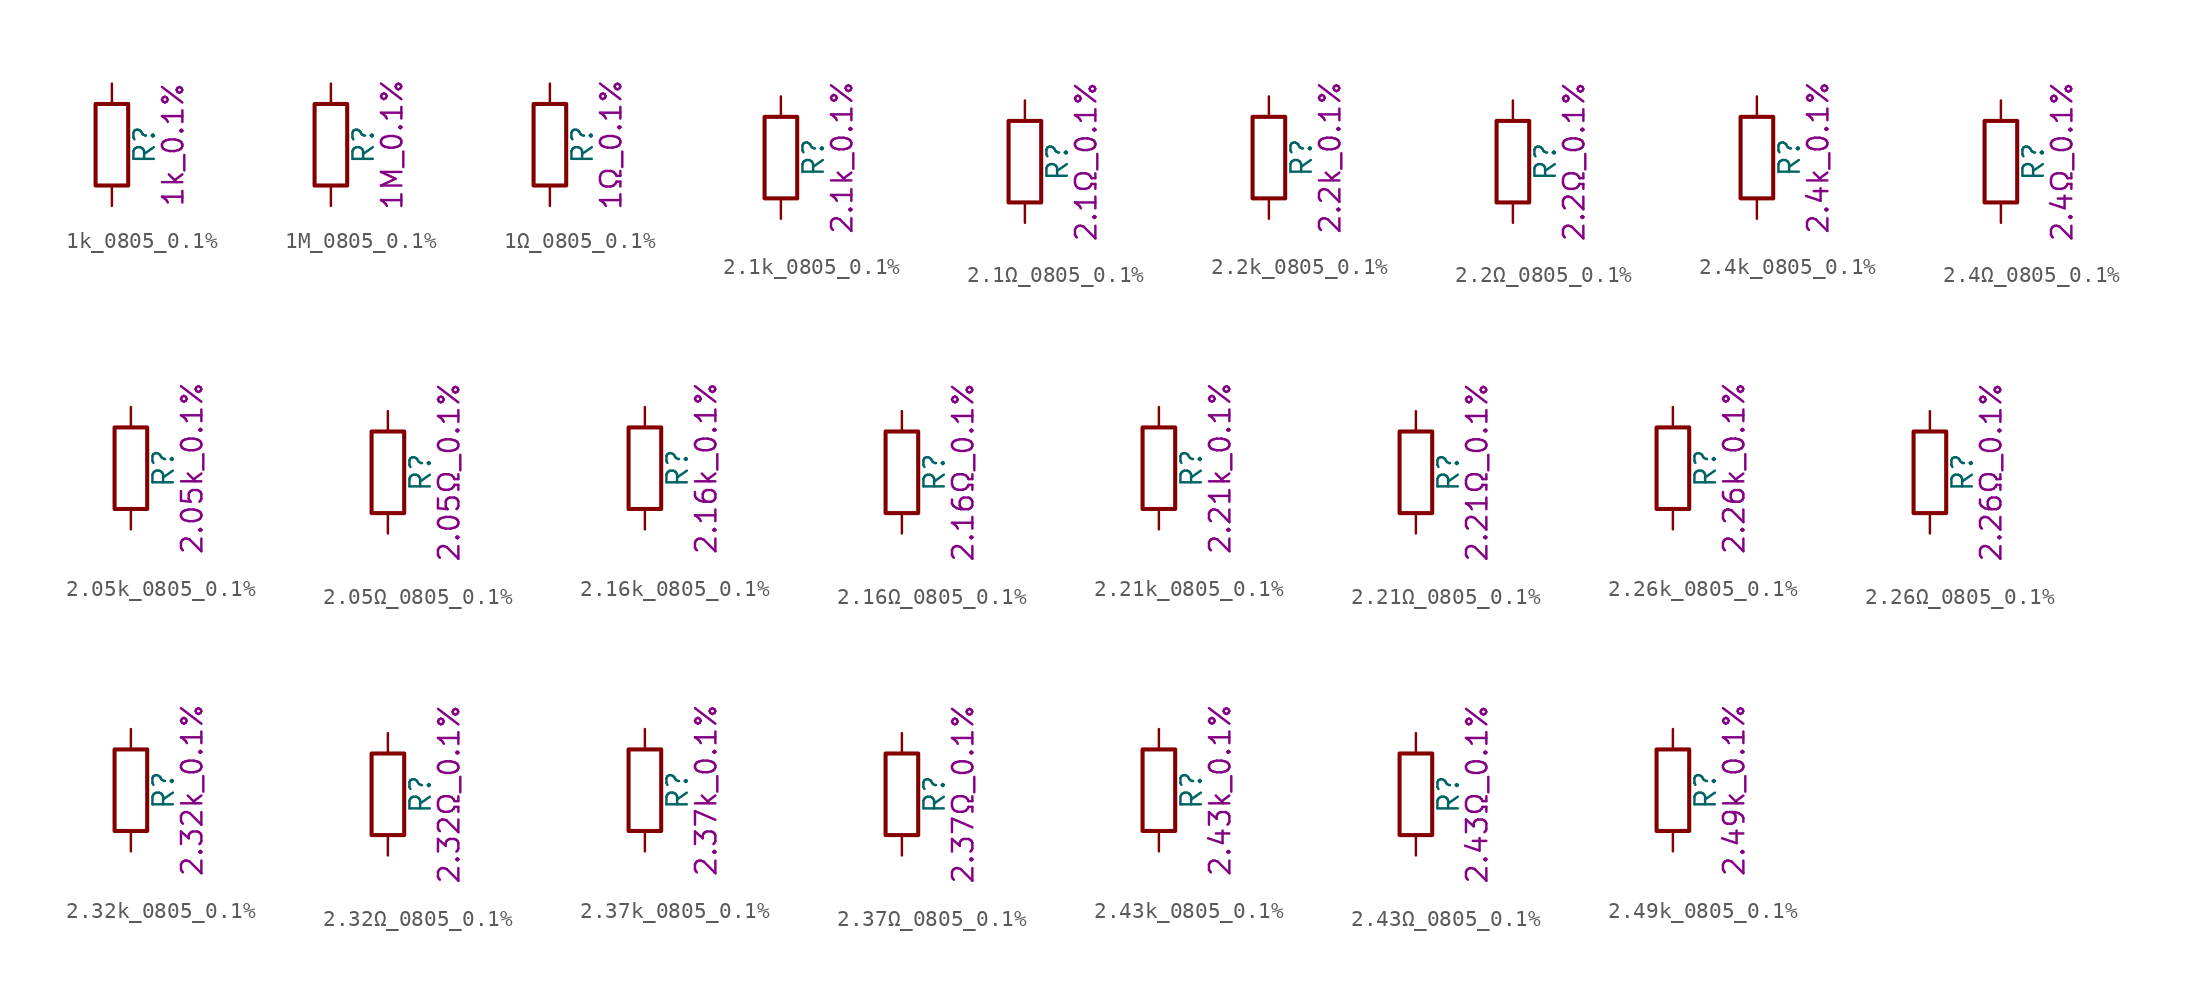
<source format=kicad_sym>
(kicad_symbol_lib
  (version 20211014)
  (generator kicad_symbol_editor)
  (symbol "1k_0805_0.1%"
    (pin_numbers hide)
    (pin_names
      (offset 0))
    (property "Reference" "R"
      (at 2.032 0 90)
      (effects (font (size 1.27 1.27))))
    (property "Display" "1k_0.1%"
      (at 3.81 0 90)
      (effects (font (size 1.27 1.27))))
    (symbol "1k_0805_0.1%_0_1"
      (rectangle (start -1.016 -2.54) (end 1.016 2.54) (stroke (width 0.254) (type default) (color 0 0 0 0)) (fill (type none))))
    (symbol "1k_0805_0.1%_1_1"
      (pin passive line (at 0 3.81 270) (length 1.27) (name "~" (effects (font (size 1.27 1.27)))) (number "1" (effects (font (size 1.27 1.27)))))
      (pin passive line (at 0 -3.81 90) (length 1.27) (name "~" (effects (font (size 1.27 1.27)))) (number "2" (effects (font (size 1.27 1.27)))))))
  (symbol "1M_0805_0.1%"
    (pin_numbers hide)
    (pin_names
      (offset 0))
    (property "Reference" "R"
      (at 2.032 0 90)
      (effects (font (size 1.27 1.27))))
    (property "Display" "1M_0.1%"
      (at 3.81 0 90)
      (effects (font (size 1.27 1.27))))
    (symbol "1M_0805_0.1%_0_1"
      (rectangle (start -1.016 -2.54) (end 1.016 2.54) (stroke (width 0.254) (type default) (color 0 0 0 0)) (fill (type none))))
    (symbol "1M_0805_0.1%_1_1"
      (pin passive line (at 0 3.81 270) (length 1.27) (name "~" (effects (font (size 1.27 1.27)))) (number "1" (effects (font (size 1.27 1.27)))))
      (pin passive line (at 0 -3.81 90) (length 1.27) (name "~" (effects (font (size 1.27 1.27)))) (number "2" (effects (font (size 1.27 1.27)))))))
  (symbol "1Ω_0805_0.1%"
    (pin_numbers hide)
    (pin_names
      (offset 0))
    (property "Reference" "R"
      (at 2.032 0 90)
      (effects (font (size 1.27 1.27))))
    (property "Display" "1Ω_0.1%"
      (at 3.81 0 90)
      (effects (font (size 1.27 1.27))))
    (symbol "1Ω_0805_0.1%_0_1"
      (rectangle (start -1.016 -2.54) (end 1.016 2.54) (stroke (width 0.254) (type default) (color 0 0 0 0)) (fill (type none))))
    (symbol "1Ω_0805_0.1%_1_1"
      (pin passive line (at 0 3.81 270) (length 1.27) (name "~" (effects (font (size 1.27 1.27)))) (number "1" (effects (font (size 1.27 1.27)))))
      (pin passive line (at 0 -3.81 90) (length 1.27) (name "~" (effects (font (size 1.27 1.27)))) (number "2" (effects (font (size 1.27 1.27)))))))
  (symbol "2.1k_0805_0.1%"
    (pin_numbers hide)
    (pin_names
      (offset 0))
    (property "Reference" "R"
      (at 2.032 0 90)
      (effects (font (size 1.27 1.27))))
    (property "Display" "2.1k_0.1%"
      (at 3.81 0 90)
      (effects (font (size 1.27 1.27))))
    (symbol "2.1k_0805_0.1%_0_1"
      (rectangle (start -1.016 -2.54) (end 1.016 2.54) (stroke (width 0.254) (type default) (color 0 0 0 0)) (fill (type none))))
    (symbol "2.1k_0805_0.1%_1_1"
      (pin passive line (at 0 3.81 270) (length 1.27) (name "~" (effects (font (size 1.27 1.27)))) (number "1" (effects (font (size 1.27 1.27)))))
      (pin passive line (at 0 -3.81 90) (length 1.27) (name "~" (effects (font (size 1.27 1.27)))) (number "2" (effects (font (size 1.27 1.27)))))))
  (symbol "2.1Ω_0805_0.1%"
    (pin_numbers hide)
    (pin_names
      (offset 0))
    (property "Reference" "R"
      (at 2.032 0 90)
      (effects (font (size 1.27 1.27))))
    (property "Display" "2.1Ω_0.1%"
      (at 3.81 0 90)
      (effects (font (size 1.27 1.27))))
    (symbol "2.1Ω_0805_0.1%_0_1"
      (rectangle (start -1.016 -2.54) (end 1.016 2.54) (stroke (width 0.254) (type default) (color 0 0 0 0)) (fill (type none))))
    (symbol "2.1Ω_0805_0.1%_1_1"
      (pin passive line (at 0 3.81 270) (length 1.27) (name "~" (effects (font (size 1.27 1.27)))) (number "1" (effects (font (size 1.27 1.27)))))
      (pin passive line (at 0 -3.81 90) (length 1.27) (name "~" (effects (font (size 1.27 1.27)))) (number "2" (effects (font (size 1.27 1.27)))))))
  (symbol "2.2k_0805_0.1%"
    (pin_numbers hide)
    (pin_names
      (offset 0))
    (property "Reference" "R"
      (at 2.032 0 90)
      (effects (font (size 1.27 1.27))))
    (property "Display" "2.2k_0.1%"
      (at 3.81 0 90)
      (effects (font (size 1.27 1.27))))
    (symbol "2.2k_0805_0.1%_0_1"
      (rectangle (start -1.016 -2.54) (end 1.016 2.54) (stroke (width 0.254) (type default) (color 0 0 0 0)) (fill (type none))))
    (symbol "2.2k_0805_0.1%_1_1"
      (pin passive line (at 0 3.81 270) (length 1.27) (name "~" (effects (font (size 1.27 1.27)))) (number "1" (effects (font (size 1.27 1.27)))))
      (pin passive line (at 0 -3.81 90) (length 1.27) (name "~" (effects (font (size 1.27 1.27)))) (number "2" (effects (font (size 1.27 1.27)))))))
  (symbol "2.2Ω_0805_0.1%"
    (pin_numbers hide)
    (pin_names
      (offset 0))
    (property "Reference" "R"
      (at 2.032 0 90)
      (effects (font (size 1.27 1.27))))
    (property "Display" "2.2Ω_0.1%"
      (at 3.81 0 90)
      (effects (font (size 1.27 1.27))))
    (symbol "2.2Ω_0805_0.1%_0_1"
      (rectangle (start -1.016 -2.54) (end 1.016 2.54) (stroke (width 0.254) (type default) (color 0 0 0 0)) (fill (type none))))
    (symbol "2.2Ω_0805_0.1%_1_1"
      (pin passive line (at 0 3.81 270) (length 1.27) (name "~" (effects (font (size 1.27 1.27)))) (number "1" (effects (font (size 1.27 1.27)))))
      (pin passive line (at 0 -3.81 90) (length 1.27) (name "~" (effects (font (size 1.27 1.27)))) (number "2" (effects (font (size 1.27 1.27)))))))
  (symbol "2.4k_0805_0.1%"
    (pin_numbers hide)
    (pin_names
      (offset 0))
    (property "Reference" "R"
      (at 2.032 0 90)
      (effects (font (size 1.27 1.27))))
    (property "Display" "2.4k_0.1%"
      (at 3.81 0 90)
      (effects (font (size 1.27 1.27))))
    (symbol "2.4k_0805_0.1%_0_1"
      (rectangle (start -1.016 -2.54) (end 1.016 2.54) (stroke (width 0.254) (type default) (color 0 0 0 0)) (fill (type none))))
    (symbol "2.4k_0805_0.1%_1_1"
      (pin passive line (at 0 3.81 270) (length 1.27) (name "~" (effects (font (size 1.27 1.27)))) (number "1" (effects (font (size 1.27 1.27)))))
      (pin passive line (at 0 -3.81 90) (length 1.27) (name "~" (effects (font (size 1.27 1.27)))) (number "2" (effects (font (size 1.27 1.27)))))))
  (symbol "2.4Ω_0805_0.1%"
    (pin_numbers hide)
    (pin_names
      (offset 0))
    (property "Reference" "R"
      (at 2.032 0 90)
      (effects (font (size 1.27 1.27))))
    (property "Display" "2.4Ω_0.1%"
      (at 3.81 0 90)
      (effects (font (size 1.27 1.27))))
    (symbol "2.4Ω_0805_0.1%_0_1"
      (rectangle (start -1.016 -2.54) (end 1.016 2.54) (stroke (width 0.254) (type default) (color 0 0 0 0)) (fill (type none))))
    (symbol "2.4Ω_0805_0.1%_1_1"
      (pin passive line (at 0 3.81 270) (length 1.27) (name "~" (effects (font (size 1.27 1.27)))) (number "1" (effects (font (size 1.27 1.27)))))
      (pin passive line (at 0 -3.81 90) (length 1.27) (name "~" (effects (font (size 1.27 1.27)))) (number "2" (effects (font (size 1.27 1.27)))))))
  (symbol "2.05k_0805_0.1%"
    (pin_numbers hide)
    (pin_names
      (offset 0))
    (property "Reference" "R"
      (at 2.032 0 90)
      (effects (font (size 1.27 1.27))))
    (property "Display" "2.05k_0.1%"
      (at 3.81 0 90)
      (effects (font (size 1.27 1.27))))
    (symbol "2.05k_0805_0.1%_0_1"
      (rectangle (start -1.016 -2.54) (end 1.016 2.54) (stroke (width 0.254) (type default) (color 0 0 0 0)) (fill (type none))))
    (symbol "2.05k_0805_0.1%_1_1"
      (pin passive line (at 0 3.81 270) (length 1.27) (name "~" (effects (font (size 1.27 1.27)))) (number "1" (effects (font (size 1.27 1.27)))))
      (pin passive line (at 0 -3.81 90) (length 1.27) (name "~" (effects (font (size 1.27 1.27)))) (number "2" (effects (font (size 1.27 1.27)))))))
  (symbol "2.05Ω_0805_0.1%"
    (pin_numbers hide)
    (pin_names
      (offset 0))
    (property "Reference" "R"
      (at 2.032 0 90)
      (effects (font (size 1.27 1.27))))
    (property "Display" "2.05Ω_0.1%"
      (at 3.81 0 90)
      (effects (font (size 1.27 1.27))))
    (symbol "2.05Ω_0805_0.1%_0_1"
      (rectangle (start -1.016 -2.54) (end 1.016 2.54) (stroke (width 0.254) (type default) (color 0 0 0 0)) (fill (type none))))
    (symbol "2.05Ω_0805_0.1%_1_1"
      (pin passive line (at 0 3.81 270) (length 1.27) (name "~" (effects (font (size 1.27 1.27)))) (number "1" (effects (font (size 1.27 1.27)))))
      (pin passive line (at 0 -3.81 90) (length 1.27) (name "~" (effects (font (size 1.27 1.27)))) (number "2" (effects (font (size 1.27 1.27)))))))
  (symbol "2.16k_0805_0.1%"
    (pin_numbers hide)
    (pin_names
      (offset 0))
    (property "Reference" "R"
      (at 2.032 0 90)
      (effects (font (size 1.27 1.27))))
    (property "Display" "2.16k_0.1%"
      (at 3.81 0 90)
      (effects (font (size 1.27 1.27))))
    (symbol "2.16k_0805_0.1%_0_1"
      (rectangle (start -1.016 -2.54) (end 1.016 2.54) (stroke (width 0.254) (type default) (color 0 0 0 0)) (fill (type none))))
    (symbol "2.16k_0805_0.1%_1_1"
      (pin passive line (at 0 3.81 270) (length 1.27) (name "~" (effects (font (size 1.27 1.27)))) (number "1" (effects (font (size 1.27 1.27)))))
      (pin passive line (at 0 -3.81 90) (length 1.27) (name "~" (effects (font (size 1.27 1.27)))) (number "2" (effects (font (size 1.27 1.27)))))))
  (symbol "2.16Ω_0805_0.1%"
    (pin_numbers hide)
    (pin_names
      (offset 0))
    (property "Reference" "R"
      (at 2.032 0 90)
      (effects (font (size 1.27 1.27))))
    (property "Display" "2.16Ω_0.1%"
      (at 3.81 0 90)
      (effects (font (size 1.27 1.27))))
    (symbol "2.16Ω_0805_0.1%_0_1"
      (rectangle (start -1.016 -2.54) (end 1.016 2.54) (stroke (width 0.254) (type default) (color 0 0 0 0)) (fill (type none))))
    (symbol "2.16Ω_0805_0.1%_1_1"
      (pin passive line (at 0 3.81 270) (length 1.27) (name "~" (effects (font (size 1.27 1.27)))) (number "1" (effects (font (size 1.27 1.27)))))
      (pin passive line (at 0 -3.81 90) (length 1.27) (name "~" (effects (font (size 1.27 1.27)))) (number "2" (effects (font (size 1.27 1.27)))))))
  (symbol "2.21k_0805_0.1%"
    (pin_numbers hide)
    (pin_names
      (offset 0))
    (property "Reference" "R"
      (at 2.032 0 90)
      (effects (font (size 1.27 1.27))))
    (property "Display" "2.21k_0.1%"
      (at 3.81 0 90)
      (effects (font (size 1.27 1.27))))
    (symbol "2.21k_0805_0.1%_0_1"
      (rectangle (start -1.016 -2.54) (end 1.016 2.54) (stroke (width 0.254) (type default) (color 0 0 0 0)) (fill (type none))))
    (symbol "2.21k_0805_0.1%_1_1"
      (pin passive line (at 0 3.81 270) (length 1.27) (name "~" (effects (font (size 1.27 1.27)))) (number "1" (effects (font (size 1.27 1.27)))))
      (pin passive line (at 0 -3.81 90) (length 1.27) (name "~" (effects (font (size 1.27 1.27)))) (number "2" (effects (font (size 1.27 1.27)))))))
  (symbol "2.21Ω_0805_0.1%"
    (pin_numbers hide)
    (pin_names
      (offset 0))
    (property "Reference" "R"
      (at 2.032 0 90)
      (effects (font (size 1.27 1.27))))
    (property "Display" "2.21Ω_0.1%"
      (at 3.81 0 90)
      (effects (font (size 1.27 1.27))))
    (symbol "2.21Ω_0805_0.1%_0_1"
      (rectangle (start -1.016 -2.54) (end 1.016 2.54) (stroke (width 0.254) (type default) (color 0 0 0 0)) (fill (type none))))
    (symbol "2.21Ω_0805_0.1%_1_1"
      (pin passive line (at 0 3.81 270) (length 1.27) (name "~" (effects (font (size 1.27 1.27)))) (number "1" (effects (font (size 1.27 1.27)))))
      (pin passive line (at 0 -3.81 90) (length 1.27) (name "~" (effects (font (size 1.27 1.27)))) (number "2" (effects (font (size 1.27 1.27)))))))
  (symbol "2.26k_0805_0.1%"
    (pin_numbers hide)
    (pin_names
      (offset 0))
    (property "Reference" "R"
      (at 2.032 0 90)
      (effects (font (size 1.27 1.27))))
    (property "Display" "2.26k_0.1%"
      (at 3.81 0 90)
      (effects (font (size 1.27 1.27))))
    (symbol "2.26k_0805_0.1%_0_1"
      (rectangle (start -1.016 -2.54) (end 1.016 2.54) (stroke (width 0.254) (type default) (color 0 0 0 0)) (fill (type none))))
    (symbol "2.26k_0805_0.1%_1_1"
      (pin passive line (at 0 3.81 270) (length 1.27) (name "~" (effects (font (size 1.27 1.27)))) (number "1" (effects (font (size 1.27 1.27)))))
      (pin passive line (at 0 -3.81 90) (length 1.27) (name "~" (effects (font (size 1.27 1.27)))) (number "2" (effects (font (size 1.27 1.27)))))))
  (symbol "2.26Ω_0805_0.1%"
    (pin_numbers hide)
    (pin_names
      (offset 0))
    (property "Reference" "R"
      (at 2.032 0 90)
      (effects (font (size 1.27 1.27))))
    (property "Display" "2.26Ω_0.1%"
      (at 3.81 0 90)
      (effects (font (size 1.27 1.27))))
    (symbol "2.26Ω_0805_0.1%_0_1"
      (rectangle (start -1.016 -2.54) (end 1.016 2.54) (stroke (width 0.254) (type default) (color 0 0 0 0)) (fill (type none))))
    (symbol "2.26Ω_0805_0.1%_1_1"
      (pin passive line (at 0 3.81 270) (length 1.27) (name "~" (effects (font (size 1.27 1.27)))) (number "1" (effects (font (size 1.27 1.27)))))
      (pin passive line (at 0 -3.81 90) (length 1.27) (name "~" (effects (font (size 1.27 1.27)))) (number "2" (effects (font (size 1.27 1.27)))))))
  (symbol "2.32k_0805_0.1%"
    (pin_numbers hide)
    (pin_names
      (offset 0))
    (property "Reference" "R"
      (at 2.032 0 90)
      (effects (font (size 1.27 1.27))))
    (property "Display" "2.32k_0.1%"
      (at 3.81 0 90)
      (effects (font (size 1.27 1.27))))
    (symbol "2.32k_0805_0.1%_0_1"
      (rectangle (start -1.016 -2.54) (end 1.016 2.54) (stroke (width 0.254) (type default) (color 0 0 0 0)) (fill (type none))))
    (symbol "2.32k_0805_0.1%_1_1"
      (pin passive line (at 0 3.81 270) (length 1.27) (name "~" (effects (font (size 1.27 1.27)))) (number "1" (effects (font (size 1.27 1.27)))))
      (pin passive line (at 0 -3.81 90) (length 1.27) (name "~" (effects (font (size 1.27 1.27)))) (number "2" (effects (font (size 1.27 1.27)))))))
  (symbol "2.32Ω_0805_0.1%"
    (pin_numbers hide)
    (pin_names
      (offset 0))
    (property "Reference" "R"
      (at 2.032 0 90)
      (effects (font (size 1.27 1.27))))
    (property "Display" "2.32Ω_0.1%"
      (at 3.81 0 90)
      (effects (font (size 1.27 1.27))))
    (symbol "2.32Ω_0805_0.1%_0_1"
      (rectangle (start -1.016 -2.54) (end 1.016 2.54) (stroke (width 0.254) (type default) (color 0 0 0 0)) (fill (type none))))
    (symbol "2.32Ω_0805_0.1%_1_1"
      (pin passive line (at 0 3.81 270) (length 1.27) (name "~" (effects (font (size 1.27 1.27)))) (number "1" (effects (font (size 1.27 1.27)))))
      (pin passive line (at 0 -3.81 90) (length 1.27) (name "~" (effects (font (size 1.27 1.27)))) (number "2" (effects (font (size 1.27 1.27)))))))
  (symbol "2.37k_0805_0.1%"
    (pin_numbers hide)
    (pin_names
      (offset 0))
    (property "Reference" "R"
      (at 2.032 0 90)
      (effects (font (size 1.27 1.27))))
    (property "Display" "2.37k_0.1%"
      (at 3.81 0 90)
      (effects (font (size 1.27 1.27))))
    (symbol "2.37k_0805_0.1%_0_1"
      (rectangle (start -1.016 -2.54) (end 1.016 2.54) (stroke (width 0.254) (type default) (color 0 0 0 0)) (fill (type none))))
    (symbol "2.37k_0805_0.1%_1_1"
      (pin passive line (at 0 3.81 270) (length 1.27) (name "~" (effects (font (size 1.27 1.27)))) (number "1" (effects (font (size 1.27 1.27)))))
      (pin passive line (at 0 -3.81 90) (length 1.27) (name "~" (effects (font (size 1.27 1.27)))) (number "2" (effects (font (size 1.27 1.27)))))))
  (symbol "2.37Ω_0805_0.1%"
    (pin_numbers hide)
    (pin_names
      (offset 0))
    (property "Reference" "R"
      (at 2.032 0 90)
      (effects (font (size 1.27 1.27))))
    (property "Display" "2.37Ω_0.1%"
      (at 3.81 0 90)
      (effects (font (size 1.27 1.27))))
    (symbol "2.37Ω_0805_0.1%_0_1"
      (rectangle (start -1.016 -2.54) (end 1.016 2.54) (stroke (width 0.254) (type default) (color 0 0 0 0)) (fill (type none))))
    (symbol "2.37Ω_0805_0.1%_1_1"
      (pin passive line (at 0 3.81 270) (length 1.27) (name "~" (effects (font (size 1.27 1.27)))) (number "1" (effects (font (size 1.27 1.27)))))
      (pin passive line (at 0 -3.81 90) (length 1.27) (name "~" (effects (font (size 1.27 1.27)))) (number "2" (effects (font (size 1.27 1.27)))))))
  (symbol "2.43k_0805_0.1%"
    (pin_numbers hide)
    (pin_names
      (offset 0))
    (property "Reference" "R"
      (at 2.032 0 90)
      (effects (font (size 1.27 1.27))))
    (property "Display" "2.43k_0.1%"
      (at 3.81 0 90)
      (effects (font (size 1.27 1.27))))
    (symbol "2.43k_0805_0.1%_0_1"
      (rectangle (start -1.016 -2.54) (end 1.016 2.54) (stroke (width 0.254) (type default) (color 0 0 0 0)) (fill (type none))))
    (symbol "2.43k_0805_0.1%_1_1"
      (pin passive line (at 0 3.81 270) (length 1.27) (name "~" (effects (font (size 1.27 1.27)))) (number "1" (effects (font (size 1.27 1.27)))))
      (pin passive line (at 0 -3.81 90) (length 1.27) (name "~" (effects (font (size 1.27 1.27)))) (number "2" (effects (font (size 1.27 1.27)))))))
  (symbol "2.43Ω_0805_0.1%"
    (pin_numbers hide)
    (pin_names
      (offset 0))
    (property "Reference" "R"
      (at 2.032 0 90)
      (effects (font (size 1.27 1.27))))
    (property "Display" "2.43Ω_0.1%"
      (at 3.81 0 90)
      (effects (font (size 1.27 1.27))))
    (symbol "2.43Ω_0805_0.1%_0_1"
      (rectangle (start -1.016 -2.54) (end 1.016 2.54) (stroke (width 0.254) (type default) (color 0 0 0 0)) (fill (type none))))
    (symbol "2.43Ω_0805_0.1%_1_1"
      (pin passive line (at 0 3.81 270) (length 1.27) (name "~" (effects (font (size 1.27 1.27)))) (number "1" (effects (font (size 1.27 1.27)))))
      (pin passive line (at 0 -3.81 90) (length 1.27) (name "~" (effects (font (size 1.27 1.27)))) (number "2" (effects (font (size 1.27 1.27)))))))
  (symbol "2.49k_0805_0.1%"
    (pin_numbers hide)
    (pin_names
      (offset 0))
    (property "Reference" "R"
      (at 2.032 0 90)
      (effects (font (size 1.27 1.27))))
    (property "Display" "2.49k_0.1%"
      (at 3.81 0 90)
      (effects (font (size 1.27 1.27))))
    (symbol "2.49k_0805_0.1%_0_1"
      (rectangle (start -1.016 -2.54) (end 1.016 2.54) (stroke (width 0.254) (type default) (color 0 0 0 0)) (fill (type none))))
    (symbol "2.49k_0805_0.1%_1_1"
      (pin passive line (at 0 3.81 270) (length 1.27) (name "~" (effects (font (size 1.27 1.27)))) (number "1" (effects (font (size 1.27 1.27)))))
      (pin passive line (at 0 -3.81 90) (length 1.27) (name "~" (effects (font (size 1.27 1.27)))) (number "2" (effects (font (size 1.27 1.27))))))))
</source>
